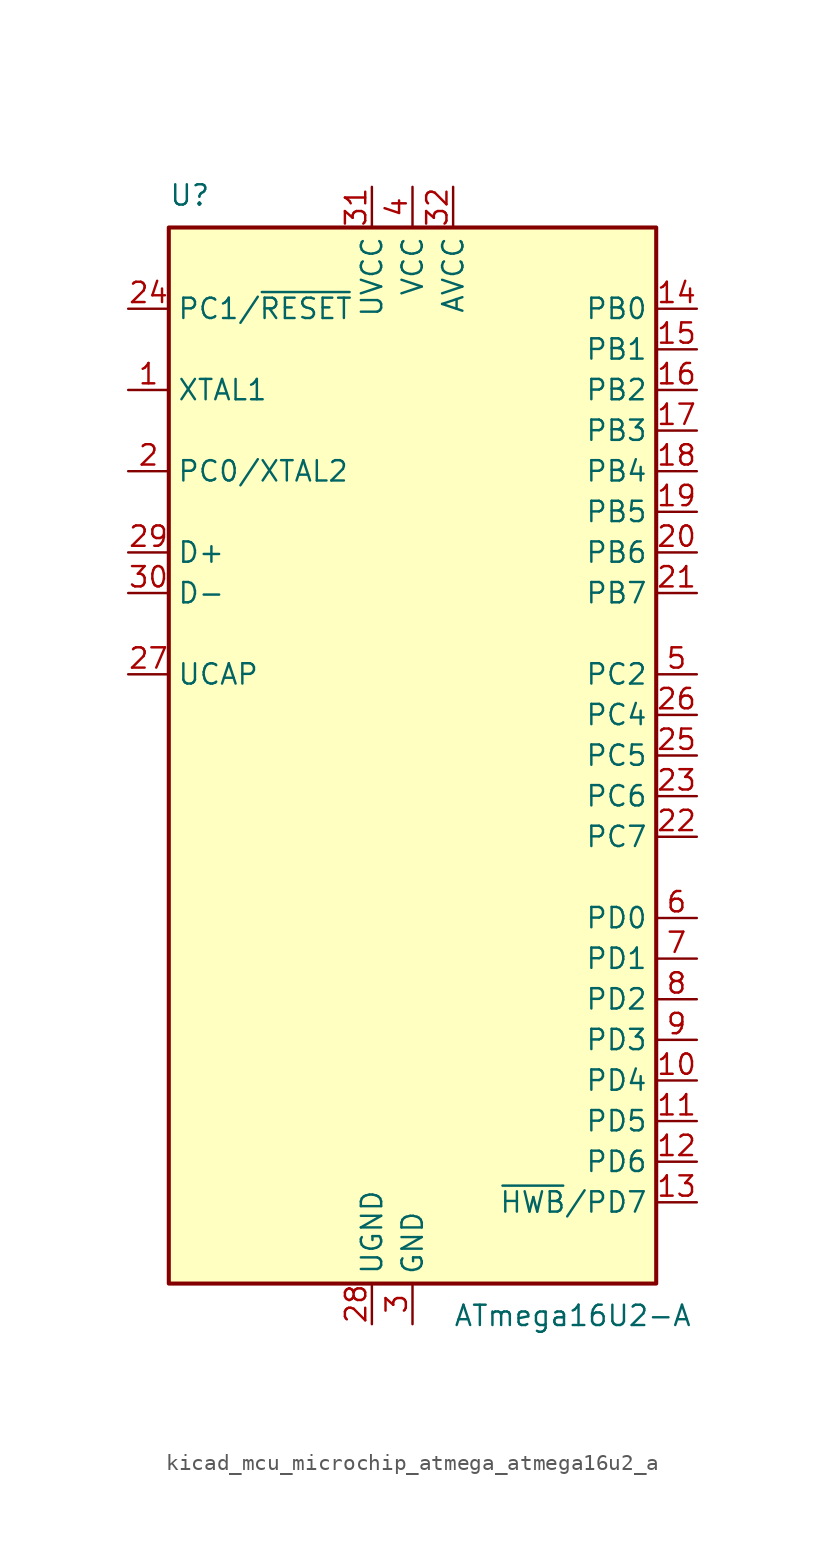
<source format=kicad_sym>
(kicad_symbol_lib
  (version 20220914)
  (generator kicad_symbol_editor)
  (symbol "kicad_mcu_microchip_atmega_atmega16u2_a"
    (property "Reference" "U"
      (at -15.24 34.29 0)
      (effects (font (size 1.27 1.27)) (justify left bottom)))
    (property "Value" "ATmega16U2-A"
      (at 2.54 -34.29 0)
      (effects (font (size 1.27 1.27)) (justify left top)))
    (symbol "kicad_mcu_microchip_atmega_atmega16u2_a_0_1"
      (rectangle (start -15.24 -33.02) (end 15.24 33.02) (stroke (width 0.254) (type default)) (fill (type background))))
    (symbol "kicad_mcu_microchip_atmega_atmega16u2_a_1_1"
      (pin input line (at -17.78 22.86 0) (length 2.54) (name "XTAL1" (effects (font (size 1.27 1.27)))) (number "1" (effects (font (size 1.27 1.27)))))
      (pin bidirectional line (at 17.78 -20.32 180) (length 2.54) (name "PD4" (effects (font (size 1.27 1.27)))) (number "10" (effects (font (size 1.27 1.27)))))
      (pin bidirectional line (at 17.78 -22.86 180) (length 2.54) (name "PD5" (effects (font (size 1.27 1.27)))) (number "11" (effects (font (size 1.27 1.27)))))
      (pin bidirectional line (at 17.78 -25.4 180) (length 2.54) (name "PD6" (effects (font (size 1.27 1.27)))) (number "12" (effects (font (size 1.27 1.27)))))
      (pin bidirectional line (at 17.78 -27.94 180) (length 2.54) (name "~{HWB}/PD7" (effects (font (size 1.27 1.27)))) (number "13" (effects (font (size 1.27 1.27)))))
      (pin bidirectional line (at 17.78 27.94 180) (length 2.54) (name "PB0" (effects (font (size 1.27 1.27)))) (number "14" (effects (font (size 1.27 1.27)))))
      (pin bidirectional line (at 17.78 25.4 180) (length 2.54) (name "PB1" (effects (font (size 1.27 1.27)))) (number "15" (effects (font (size 1.27 1.27)))))
      (pin bidirectional line (at 17.78 22.86 180) (length 2.54) (name "PB2" (effects (font (size 1.27 1.27)))) (number "16" (effects (font (size 1.27 1.27)))))
      (pin bidirectional line (at 17.78 20.32 180) (length 2.54) (name "PB3" (effects (font (size 1.27 1.27)))) (number "17" (effects (font (size 1.27 1.27)))))
      (pin bidirectional line (at 17.78 17.78 180) (length 2.54) (name "PB4" (effects (font (size 1.27 1.27)))) (number "18" (effects (font (size 1.27 1.27)))))
      (pin bidirectional line (at 17.78 15.24 180) (length 2.54) (name "PB5" (effects (font (size 1.27 1.27)))) (number "19" (effects (font (size 1.27 1.27)))))
      (pin bidirectional line (at -17.78 17.78 0) (length 2.54) (name "PC0/XTAL2" (effects (font (size 1.27 1.27)))) (number "2" (effects (font (size 1.27 1.27)))))
      (pin bidirectional line (at 17.78 12.7 180) (length 2.54) (name "PB6" (effects (font (size 1.27 1.27)))) (number "20" (effects (font (size 1.27 1.27)))))
      (pin bidirectional line (at 17.78 10.16 180) (length 2.54) (name "PB7" (effects (font (size 1.27 1.27)))) (number "21" (effects (font (size 1.27 1.27)))))
      (pin bidirectional line (at 17.78 -5.08 180) (length 2.54) (name "PC7" (effects (font (size 1.27 1.27)))) (number "22" (effects (font (size 1.27 1.27)))))
      (pin bidirectional line (at 17.78 -2.54 180) (length 2.54) (name "PC6" (effects (font (size 1.27 1.27)))) (number "23" (effects (font (size 1.27 1.27)))))
      (pin bidirectional line (at -17.78 27.94 0) (length 2.54) (name "PC1/~{RESET}" (effects (font (size 1.27 1.27)))) (number "24" (effects (font (size 1.27 1.27)))))
      (pin bidirectional line (at 17.78 0 180) (length 2.54) (name "PC5" (effects (font (size 1.27 1.27)))) (number "25" (effects (font (size 1.27 1.27)))))
      (pin bidirectional line (at 17.78 2.54 180) (length 2.54) (name "PC4" (effects (font (size 1.27 1.27)))) (number "26" (effects (font (size 1.27 1.27)))))
      (pin passive line (at -17.78 5.08 0) (length 2.54) (name "UCAP" (effects (font (size 1.27 1.27)))) (number "27" (effects (font (size 1.27 1.27)))))
      (pin power_in line (at -2.54 -35.56 90) (length 2.54) (name "UGND" (effects (font (size 1.27 1.27)))) (number "28" (effects (font (size 1.27 1.27)))))
      (pin bidirectional line (at -17.78 12.7 0) (length 2.54) (name "D+" (effects (font (size 1.27 1.27)))) (number "29" (effects (font (size 1.27 1.27)))))
      (pin power_in line (at 0 -35.56 90) (length 2.54) (name "GND" (effects (font (size 1.27 1.27)))) (number "3" (effects (font (size 1.27 1.27)))))
      (pin bidirectional line (at -17.78 10.16 0) (length 2.54) (name "D-" (effects (font (size 1.27 1.27)))) (number "30" (effects (font (size 1.27 1.27)))))
      (pin power_in line (at -2.54 35.56 270) (length 2.54) (name "UVCC" (effects (font (size 1.27 1.27)))) (number "31" (effects (font (size 1.27 1.27)))))
      (pin power_in line (at 2.54 35.56 270) (length 2.54) (name "AVCC" (effects (font (size 1.27 1.27)))) (number "32" (effects (font (size 1.27 1.27)))))
      (pin power_in line (at 0 35.56 270) (length 2.54) (name "VCC" (effects (font (size 1.27 1.27)))) (number "4" (effects (font (size 1.27 1.27)))))
      (pin bidirectional line (at 17.78 5.08 180) (length 2.54) (name "PC2" (effects (font (size 1.27 1.27)))) (number "5" (effects (font (size 1.27 1.27)))))
      (pin bidirectional line (at 17.78 -10.16 180) (length 2.54) (name "PD0" (effects (font (size 1.27 1.27)))) (number "6" (effects (font (size 1.27 1.27)))))
      (pin bidirectional line (at 17.78 -12.7 180) (length 2.54) (name "PD1" (effects (font (size 1.27 1.27)))) (number "7" (effects (font (size 1.27 1.27)))))
      (pin bidirectional line (at 17.78 -15.24 180) (length 2.54) (name "PD2" (effects (font (size 1.27 1.27)))) (number "8" (effects (font (size 1.27 1.27)))))
      (pin bidirectional line (at 17.78 -17.78 180) (length 2.54) (name "PD3" (effects (font (size 1.27 1.27)))) (number "9" (effects (font (size 1.27 1.27))))))))
</source>
